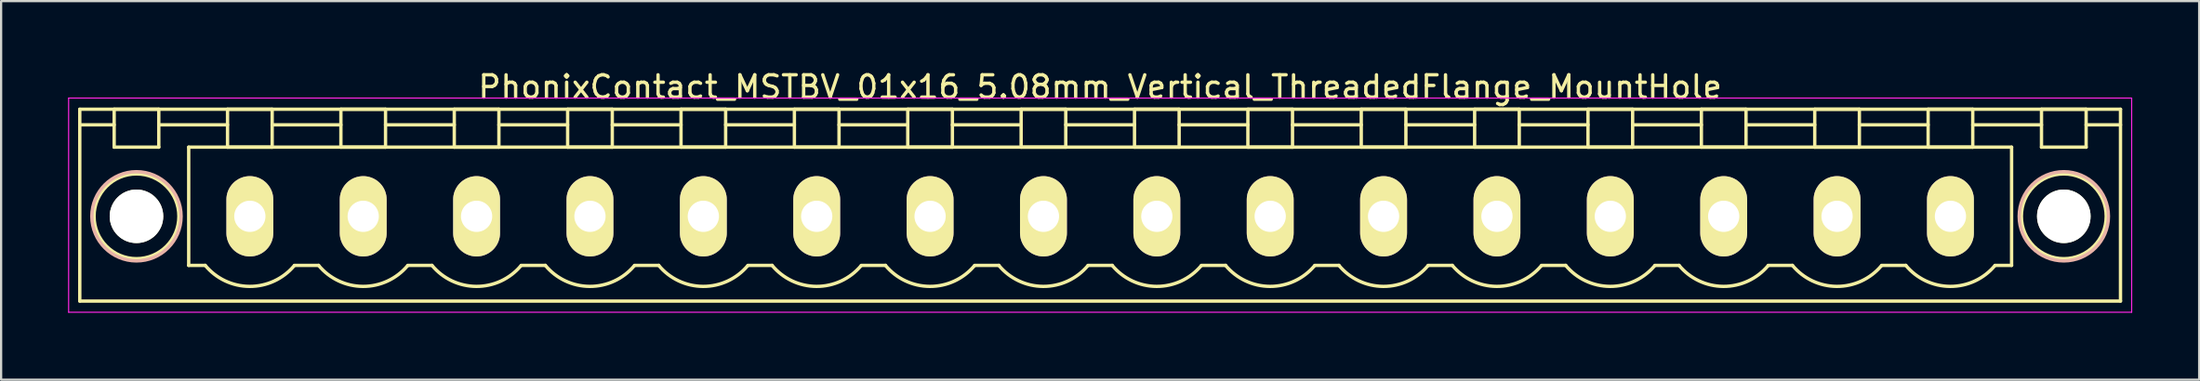
<source format=kicad_pcb>
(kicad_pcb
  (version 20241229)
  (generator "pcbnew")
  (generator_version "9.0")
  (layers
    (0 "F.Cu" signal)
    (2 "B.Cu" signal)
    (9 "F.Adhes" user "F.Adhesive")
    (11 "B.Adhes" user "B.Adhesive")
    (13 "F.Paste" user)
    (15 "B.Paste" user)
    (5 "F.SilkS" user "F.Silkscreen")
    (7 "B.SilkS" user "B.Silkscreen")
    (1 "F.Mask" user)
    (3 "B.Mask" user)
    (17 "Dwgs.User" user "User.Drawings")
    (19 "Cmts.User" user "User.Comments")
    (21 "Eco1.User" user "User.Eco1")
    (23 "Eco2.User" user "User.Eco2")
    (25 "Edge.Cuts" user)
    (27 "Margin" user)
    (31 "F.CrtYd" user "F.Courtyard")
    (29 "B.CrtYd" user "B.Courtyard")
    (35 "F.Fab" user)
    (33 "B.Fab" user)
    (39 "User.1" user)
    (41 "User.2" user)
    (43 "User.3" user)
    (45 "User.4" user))
  (footprint "PhonixContact_MSTBV_01x16_5.08mm_Vertical_ThreadedFlange_MountHole"
    (layer "F.Cu")
    (at 8.145 6.648)
    (property "Reference" "PhonixContact_MSTBV_01x16_5.08mm_Vertical_ThreadedFlange_MountHole" (at 38.1 -5.8 0) (layer "F.SilkS") (effects (font (size 1 1) (thickness 0.15))))
    (attr through_hole)
    (fp_line (start -7.62 -4.8) (end -7.62 3.8) (stroke (width 0.15) (type solid)) (layer "F.SilkS"))
    (fp_line (start -7.62 -4.1) (end -6.08 -4.1) (stroke (width 0.15) (type solid)) (layer "F.SilkS"))
    (fp_line (start -7.62 3.8) (end 83.82 3.8) (stroke (width 0.15) (type solid)) (layer "F.SilkS"))
    (fp_line (start -6.08 -4.8) (end -4.08 -4.8) (stroke (width 0.15) (type solid)) (layer "F.SilkS"))
    (fp_line (start -6.08 -3.1) (end -6.08 -4.8) (stroke (width 0.15) (type solid)) (layer "F.SilkS"))
    (fp_line (start -4.08 -4.8) (end -4.08 -3.1) (stroke (width 0.15) (type solid)) (layer "F.SilkS"))
    (fp_line (start -4.08 -4.1) (end -1 -4.1) (stroke (width 0.15) (type solid)) (layer "F.SilkS"))
    (fp_line (start -4.08 -3.1) (end -6.08 -3.1) (stroke (width 0.15) (type solid)) (layer "F.SilkS"))
    (fp_line (start -2.74 -3.1) (end 78.94 -3.1) (stroke (width 0.15) (type solid)) (layer "F.SilkS"))
    (fp_line (start -2.74 2.2) (end -2.74 -3.1) (stroke (width 0.15) (type solid)) (layer "F.SilkS"))
    (fp_line (start -2 2.2) (end -2.74 2.2) (stroke (width 0.15) (type solid)) (layer "F.SilkS"))
    (fp_line (start -1 -4.8) (end 1 -4.8) (stroke (width 0.15) (type solid)) (layer "F.SilkS"))
    (fp_line (start -1 -3.1) (end -1 -4.8) (stroke (width 0.15) (type solid)) (layer "F.SilkS"))
    (fp_line (start 1 -4.8) (end 1 -3.1) (stroke (width 0.15) (type solid)) (layer "F.SilkS"))
    (fp_line (start 1 -4.1) (end 4.08 -4.1) (stroke (width 0.15) (type solid)) (layer "F.SilkS"))
    (fp_line (start 1 -3.1) (end -1 -3.1) (stroke (width 0.15) (type solid)) (layer "F.SilkS"))
    (fp_line (start 2 2.2) (end 3.08 2.2) (stroke (width 0.15) (type solid)) (layer "F.SilkS"))
    (fp_line (start 4.08 -4.8) (end 6.08 -4.8) (stroke (width 0.15) (type solid)) (layer "F.SilkS"))
    (fp_line (start 4.08 -3.1) (end 4.08 -4.8) (stroke (width 0.15) (type solid)) (layer "F.SilkS"))
    (fp_line (start 6.08 -4.8) (end 6.08 -3.1) (stroke (width 0.15) (type solid)) (layer "F.SilkS"))
    (fp_line (start 6.08 -4.1) (end 9.16 -4.1) (stroke (width 0.15) (type solid)) (layer "F.SilkS"))
    (fp_line (start 6.08 -3.1) (end 4.08 -3.1) (stroke (width 0.15) (type solid)) (layer "F.SilkS"))
    (fp_line (start 7.08 2.2) (end 8.16 2.2) (stroke (width 0.15) (type solid)) (layer "F.SilkS"))
    (fp_line (start 9.16 -4.8) (end 11.16 -4.8) (stroke (width 0.15) (type solid)) (layer "F.SilkS"))
    (fp_line (start 9.16 -3.1) (end 9.16 -4.8) (stroke (width 0.15) (type solid)) (layer "F.SilkS"))
    (fp_line (start 11.16 -4.8) (end 11.16 -3.1) (stroke (width 0.15) (type solid)) (layer "F.SilkS"))
    (fp_line (start 11.16 -4.1) (end 14.24 -4.1) (stroke (width 0.15) (type solid)) (layer "F.SilkS"))
    (fp_line (start 11.16 -3.1) (end 9.16 -3.1) (stroke (width 0.15) (type solid)) (layer "F.SilkS"))
    (fp_line (start 12.16 2.2) (end 13.24 2.2) (stroke (width 0.15) (type solid)) (layer "F.SilkS"))
    (fp_line (start 14.24 -4.8) (end 16.24 -4.8) (stroke (width 0.15) (type solid)) (layer "F.SilkS"))
    (fp_line (start 14.24 -3.1) (end 14.24 -4.8) (stroke (width 0.15) (type solid)) (layer "F.SilkS"))
    (fp_line (start 16.24 -4.8) (end 16.24 -3.1) (stroke (width 0.15) (type solid)) (layer "F.SilkS"))
    (fp_line (start 16.24 -4.1) (end 19.32 -4.1) (stroke (width 0.15) (type solid)) (layer "F.SilkS"))
    (fp_line (start 16.24 -3.1) (end 14.24 -3.1) (stroke (width 0.15) (type solid)) (layer "F.SilkS"))
    (fp_line (start 17.24 2.2) (end 18.32 2.2) (stroke (width 0.15) (type solid)) (layer "F.SilkS"))
    (fp_line (start 19.32 -4.8) (end 21.32 -4.8) (stroke (width 0.15) (type solid)) (layer "F.SilkS"))
    (fp_line (start 19.32 -3.1) (end 19.32 -4.8) (stroke (width 0.15) (type solid)) (layer "F.SilkS"))
    (fp_line (start 21.32 -4.8) (end 21.32 -3.1) (stroke (width 0.15) (type solid)) (layer "F.SilkS"))
    (fp_line (start 21.32 -4.1) (end 24.4 -4.1) (stroke (width 0.15) (type solid)) (layer "F.SilkS"))
    (fp_line (start 21.32 -3.1) (end 19.32 -3.1) (stroke (width 0.15) (type solid)) (layer "F.SilkS"))
    (fp_line (start 22.32 2.2) (end 23.4 2.2) (stroke (width 0.15) (type solid)) (layer "F.SilkS"))
    (fp_line (start 24.4 -4.8) (end 26.4 -4.8) (stroke (width 0.15) (type solid)) (layer "F.SilkS"))
    (fp_line (start 24.4 -3.1) (end 24.4 -4.8) (stroke (width 0.15) (type solid)) (layer "F.SilkS"))
    (fp_line (start 26.4 -4.8) (end 26.4 -3.1) (stroke (width 0.15) (type solid)) (layer "F.SilkS"))
    (fp_line (start 26.4 -4.1) (end 29.48 -4.1) (stroke (width 0.15) (type solid)) (layer "F.SilkS"))
    (fp_line (start 26.4 -3.1) (end 24.4 -3.1) (stroke (width 0.15) (type solid)) (layer "F.SilkS"))
    (fp_line (start 27.4 2.2) (end 28.48 2.2) (stroke (width 0.15) (type solid)) (layer "F.SilkS"))
    (fp_line (start 29.48 -4.8) (end 31.48 -4.8) (stroke (width 0.15) (type solid)) (layer "F.SilkS"))
    (fp_line (start 29.48 -3.1) (end 29.48 -4.8) (stroke (width 0.15) (type solid)) (layer "F.SilkS"))
    (fp_line (start 31.48 -4.8) (end 31.48 -3.1) (stroke (width 0.15) (type solid)) (layer "F.SilkS"))
    (fp_line (start 31.48 -4.1) (end 34.56 -4.1) (stroke (width 0.15) (type solid)) (layer "F.SilkS"))
    (fp_line (start 31.48 -3.1) (end 29.48 -3.1) (stroke (width 0.15) (type solid)) (layer "F.SilkS"))
    (fp_line (start 32.48 2.2) (end 33.56 2.2) (stroke (width 0.15) (type solid)) (layer "F.SilkS"))
    (fp_line (start 34.56 -4.8) (end 36.56 -4.8) (stroke (width 0.15) (type solid)) (layer "F.SilkS"))
    (fp_line (start 34.56 -3.1) (end 34.56 -4.8) (stroke (width 0.15) (type solid)) (layer "F.SilkS"))
    (fp_line (start 36.56 -4.8) (end 36.56 -3.1) (stroke (width 0.15) (type solid)) (layer "F.SilkS"))
    (fp_line (start 36.56 -4.1) (end 39.64 -4.1) (stroke (width 0.15) (type solid)) (layer "F.SilkS"))
    (fp_line (start 36.56 -3.1) (end 34.56 -3.1) (stroke (width 0.15) (type solid)) (layer "F.SilkS"))
    (fp_line (start 37.56 2.2) (end 38.64 2.2) (stroke (width 0.15) (type solid)) (layer "F.SilkS"))
    (fp_line (start 39.64 -4.8) (end 41.64 -4.8) (stroke (width 0.15) (type solid)) (layer "F.SilkS"))
    (fp_line (start 39.64 -3.1) (end 39.64 -4.8) (stroke (width 0.15) (type solid)) (layer "F.SilkS"))
    (fp_line (start 41.64 -4.8) (end 41.64 -3.1) (stroke (width 0.15) (type solid)) (layer "F.SilkS"))
    (fp_line (start 41.64 -4.1) (end 44.72 -4.1) (stroke (width 0.15) (type solid)) (layer "F.SilkS"))
    (fp_line (start 41.64 -3.1) (end 39.64 -3.1) (stroke (width 0.15) (type solid)) (layer "F.SilkS"))
    (fp_line (start 42.64 2.2) (end 43.72 2.2) (stroke (width 0.15) (type solid)) (layer "F.SilkS"))
    (fp_line (start 44.72 -4.8) (end 46.72 -4.8) (stroke (width 0.15) (type solid)) (layer "F.SilkS"))
    (fp_line (start 44.72 -3.1) (end 44.72 -4.8) (stroke (width 0.15) (type solid)) (layer "F.SilkS"))
    (fp_line (start 46.72 -4.8) (end 46.72 -3.1) (stroke (width 0.15) (type solid)) (layer "F.SilkS"))
    (fp_line (start 46.72 -4.1) (end 49.8 -4.1) (stroke (width 0.15) (type solid)) (layer "F.SilkS"))
    (fp_line (start 46.72 -3.1) (end 44.72 -3.1) (stroke (width 0.15) (type solid)) (layer "F.SilkS"))
    (fp_line (start 47.72 2.2) (end 48.8 2.2) (stroke (width 0.15) (type solid)) (layer "F.SilkS"))
    (fp_line (start 49.8 -4.8) (end 51.8 -4.8) (stroke (width 0.15) (type solid)) (layer "F.SilkS"))
    (fp_line (start 49.8 -3.1) (end 49.8 -4.8) (stroke (width 0.15) (type solid)) (layer "F.SilkS"))
    (fp_line (start 51.8 -4.8) (end 51.8 -3.1) (stroke (width 0.15) (type solid)) (layer "F.SilkS"))
    (fp_line (start 51.8 -4.1) (end 54.88 -4.1) (stroke (width 0.15) (type solid)) (layer "F.SilkS"))
    (fp_line (start 51.8 -3.1) (end 49.8 -3.1) (stroke (width 0.15) (type solid)) (layer "F.SilkS"))
    (fp_line (start 52.8 2.2) (end 53.88 2.2) (stroke (width 0.15) (type solid)) (layer "F.SilkS"))
    (fp_line (start 54.88 -4.8) (end 56.88 -4.8) (stroke (width 0.15) (type solid)) (layer "F.SilkS"))
    (fp_line (start 54.88 -3.1) (end 54.88 -4.8) (stroke (width 0.15) (type solid)) (layer "F.SilkS"))
    (fp_line (start 56.88 -4.8) (end 56.88 -3.1) (stroke (width 0.15) (type solid)) (layer "F.SilkS"))
    (fp_line (start 56.88 -4.1) (end 59.96 -4.1) (stroke (width 0.15) (type solid)) (layer "F.SilkS"))
    (fp_line (start 56.88 -3.1) (end 54.88 -3.1) (stroke (width 0.15) (type solid)) (layer "F.SilkS"))
    (fp_line (start 57.88 2.2) (end 58.96 2.2) (stroke (width 0.15) (type solid)) (layer "F.SilkS"))
    (fp_line (start 59.96 -4.8) (end 61.96 -4.8) (stroke (width 0.15) (type solid)) (layer "F.SilkS"))
    (fp_line (start 59.96 -3.1) (end 59.96 -4.8) (stroke (width 0.15) (type solid)) (layer "F.SilkS"))
    (fp_line (start 61.96 -4.8) (end 61.96 -3.1) (stroke (width 0.15) (type solid)) (layer "F.SilkS"))
    (fp_line (start 61.96 -4.1) (end 65.04 -4.1) (stroke (width 0.15) (type solid)) (layer "F.SilkS"))
    (fp_line (start 61.96 -3.1) (end 59.96 -3.1) (stroke (width 0.15) (type solid)) (layer "F.SilkS"))
    (fp_line (start 62.96 2.2) (end 64.04 2.2) (stroke (width 0.15) (type solid)) (layer "F.SilkS"))
    (fp_line (start 65.04 -4.8) (end 67.04 -4.8) (stroke (width 0.15) (type solid)) (layer "F.SilkS"))
    (fp_line (start 65.04 -3.1) (end 65.04 -4.8) (stroke (width 0.15) (type solid)) (layer "F.SilkS"))
    (fp_line (start 67.04 -4.8) (end 67.04 -3.1) (stroke (width 0.15) (type solid)) (layer "F.SilkS"))
    (fp_line (start 67.04 -4.1) (end 70.12 -4.1) (stroke (width 0.15) (type solid)) (layer "F.SilkS"))
    (fp_line (start 67.04 -3.1) (end 65.04 -3.1) (stroke (width 0.15) (type solid)) (layer "F.SilkS"))
    (fp_line (start 68.04 2.2) (end 69.12 2.2) (stroke (width 0.15) (type solid)) (layer "F.SilkS"))
    (fp_line (start 70.12 -4.8) (end 72.12 -4.8) (stroke (width 0.15) (type solid)) (layer "F.SilkS"))
    (fp_line (start 70.12 -3.1) (end 70.12 -4.8) (stroke (width 0.15) (type solid)) (layer "F.SilkS"))
    (fp_line (start 72.12 -4.8) (end 72.12 -3.1) (stroke (width 0.15) (type solid)) (layer "F.SilkS"))
    (fp_line (start 72.12 -4.1) (end 75.2 -4.1) (stroke (width 0.15) (type solid)) (layer "F.SilkS"))
    (fp_line (start 72.12 -3.1) (end 70.12 -3.1) (stroke (width 0.15) (type solid)) (layer "F.SilkS"))
    (fp_line (start 73.12 2.2) (end 74.2 2.2) (stroke (width 0.15) (type solid)) (layer "F.SilkS"))
    (fp_line (start 75.2 -4.8) (end 77.2 -4.8) (stroke (width 0.15) (type solid)) (layer "F.SilkS"))
    (fp_line (start 75.2 -3.1) (end 75.2 -4.8) (stroke (width 0.15) (type solid)) (layer "F.SilkS"))
    (fp_line (start 77.2 -4.8) (end 77.2 -3.1) (stroke (width 0.15) (type solid)) (layer "F.SilkS"))
    (fp_line (start 77.2 -4.1) (end 80.28 -4.1) (stroke (width 0.15) (type solid)) (layer "F.SilkS"))
    (fp_line (start 77.2 -3.1) (end 75.2 -3.1) (stroke (width 0.15) (type solid)) (layer "F.SilkS"))
    (fp_line (start 78.94 -3.1) (end 78.94 2.2) (stroke (width 0.15) (type solid)) (layer "F.SilkS"))
    (fp_line (start 78.94 2.2) (end 78.2 2.2) (stroke (width 0.15) (type solid)) (layer "F.SilkS"))
    (fp_line (start 80.28 -4.8) (end 82.28 -4.8) (stroke (width 0.15) (type solid)) (layer "F.SilkS"))
    (fp_line (start 80.28 -3.1) (end 80.28 -4.8) (stroke (width 0.15) (type solid)) (layer "F.SilkS"))
    (fp_line (start 82.28 -4.8) (end 82.28 -3.1) (stroke (width 0.15) (type solid)) (layer "F.SilkS"))
    (fp_line (start 82.28 -3.1) (end 80.28 -3.1) (stroke (width 0.15) (type solid)) (layer "F.SilkS"))
    (fp_line (start 83.82 -4.8) (end -7.62 -4.8) (stroke (width 0.15) (type solid)) (layer "F.SilkS"))
    (fp_line (start 83.82 -4.1) (end 82.28 -4.1) (stroke (width 0.15) (type solid)) (layer "F.SilkS"))
    (fp_line (start 83.82 3.8) (end 83.82 -4.8) (stroke (width 0.15) (type solid)) (layer "F.SilkS"))
    (fp_arc (start 1.986842 2.215821) (mid -0.010289 3.142758) (end -2 2.2) (stroke (width 0.15) (type solid)) (layer "F.SilkS"))
    (fp_arc (start 7.066842 2.215821) (mid 5.069711 3.142758) (end 3.08 2.2) (stroke (width 0.15) (type solid)) (layer "F.SilkS"))
    (fp_arc (start 12.146842 2.215821) (mid 10.149711 3.142758) (end 8.16 2.2) (stroke (width 0.15) (type solid)) (layer "F.SilkS"))
    (fp_arc (start 17.226842 2.215821) (mid 15.229711 3.142758) (end 13.24 2.2) (stroke (width 0.15) (type solid)) (layer "F.SilkS"))
    (fp_arc (start 22.306842 2.215821) (mid 20.309711 3.142758) (end 18.32 2.2) (stroke (width 0.15) (type solid)) (layer "F.SilkS"))
    (fp_arc (start 27.386842 2.215821) (mid 25.389711 3.142758) (end 23.4 2.2) (stroke (width 0.15) (type solid)) (layer "F.SilkS"))
    (fp_arc (start 32.466842 2.215821) (mid 30.469711 3.142758) (end 28.48 2.2) (stroke (width 0.15) (type solid)) (layer "F.SilkS"))
    (fp_arc (start 37.546842 2.215821) (mid 35.549711 3.142758) (end 33.56 2.2) (stroke (width 0.15) (type solid)) (layer "F.SilkS"))
    (fp_arc (start 42.626842 2.215821) (mid 40.629711 3.142758) (end 38.64 2.2) (stroke (width 0.15) (type solid)) (layer "F.SilkS"))
    (fp_arc (start 47.706842 2.215821) (mid 45.709711 3.142758) (end 43.72 2.2) (stroke (width 0.15) (type solid)) (layer "F.SilkS"))
    (fp_arc (start 52.786842 2.215821) (mid 50.789711 3.142758) (end 48.8 2.2) (stroke (width 0.15) (type solid)) (layer "F.SilkS"))
    (fp_arc (start 57.866842 2.215821) (mid 55.869711 3.142758) (end 53.88 2.2) (stroke (width 0.15) (type solid)) (layer "F.SilkS"))
    (fp_arc (start 62.946842 2.215821) (mid 60.949711 3.142758) (end 58.96 2.2) (stroke (width 0.15) (type solid)) (layer "F.SilkS"))
    (fp_arc (start 68.026842 2.215821) (mid 66.029711 3.142758) (end 64.04 2.2) (stroke (width 0.15) (type solid)) (layer "F.SilkS"))
    (fp_arc (start 73.106842 2.215821) (mid 71.109711 3.142758) (end 69.12 2.2) (stroke (width 0.15) (type solid)) (layer "F.SilkS"))
    (fp_arc (start 78.186842 2.215821) (mid 76.189711 3.142758) (end 74.2 2.2) (stroke (width 0.15) (type solid)) (layer "F.SilkS"))
    (fp_circle (center -5.08 0) (end -4.08 0) (stroke (width 0.15) (type solid)) (fill no) (layer "F.SilkS"))
    (fp_circle (center -5.08 0) (end -3.18 0) (stroke (width 0.15) (type solid)) (fill no) (layer "F.SilkS"))
    (fp_circle (center 81.28 0) (end 82.28 0) (stroke (width 0.15) (type solid)) (fill no) (layer "F.SilkS"))
    (fp_circle (center 81.28 0) (end 83.18 0) (stroke (width 0.15) (type solid)) (fill no) (layer "F.SilkS"))
    (fp_circle (center -5.08 0) (end -3.08 0) (stroke (width 0.15) (type solid)) (fill no) (layer "B.SilkS"))
    (fp_circle (center 81.28 0) (end 83.28 0) (stroke (width 0.15) (type solid)) (fill no) (layer "B.SilkS"))
    (fp_line (start -8.12 -5.3) (end -8.12 4.3) (stroke (width 0.05) (type solid)) (layer "F.CrtYd"))
    (fp_line (start -8.12 4.3) (end 84.32 4.3) (stroke (width 0.05) (type solid)) (layer "F.CrtYd"))
    (fp_line (start 84.32 -5.3) (end -8.12 -5.3) (stroke (width 0.05) (type solid)) (layer "F.CrtYd"))
    (fp_line (start 84.32 4.3) (end 84.32 -5.3) (stroke (width 0.05) (type solid)) (layer "F.CrtYd"))
    (pad "" np_thru_hole circle (at -5.08 0) (size 2.4 2.4) (drill 2.4) (layers "*.Cu" "*.Mask" "F.SilkS"))
    (pad "" np_thru_hole circle (at 81.28 0) (size 2.4 2.4) (drill 2.4) (layers "*.Cu" "*.Mask" "F.SilkS"))
    (pad "1" thru_hole oval (at 0 0) (size 2.1 3.6) (drill 1.4) (layers "*.Cu" "*.Mask" "F.SilkS"))
    (pad "2" thru_hole oval (at 5.08 0) (size 2.1 3.6) (drill 1.4) (layers "*.Cu" "*.Mask" "F.SilkS"))
    (pad "3" thru_hole oval (at 10.16 0) (size 2.1 3.6) (drill 1.4) (layers "*.Cu" "*.Mask" "F.SilkS"))
    (pad "4" thru_hole oval (at 15.24 0) (size 2.1 3.6) (drill 1.4) (layers "*.Cu" "*.Mask" "F.SilkS"))
    (pad "5" thru_hole oval (at 20.32 0) (size 2.1 3.6) (drill 1.4) (layers "*.Cu" "*.Mask" "F.SilkS"))
    (pad "6" thru_hole oval (at 25.4 0) (size 2.1 3.6) (drill 1.4) (layers "*.Cu" "*.Mask" "F.SilkS"))
    (pad "7" thru_hole oval (at 30.48 0) (size 2.1 3.6) (drill 1.4) (layers "*.Cu" "*.Mask" "F.SilkS"))
    (pad "8" thru_hole oval (at 35.56 0) (size 2.1 3.6) (drill 1.4) (layers "*.Cu" "*.Mask" "F.SilkS"))
    (pad "9" thru_hole oval (at 40.64 0) (size 2.1 3.6) (drill 1.4) (layers "*.Cu" "*.Mask" "F.SilkS"))
    (pad "10" thru_hole oval (at 45.72 0) (size 2.1 3.6) (drill 1.4) (layers "*.Cu" "*.Mask" "F.SilkS"))
    (pad "11" thru_hole oval (at 50.8 0) (size 2.1 3.6) (drill 1.4) (layers "*.Cu" "*.Mask" "F.SilkS"))
    (pad "12" thru_hole oval (at 55.88 0) (size 2.1 3.6) (drill 1.4) (layers "*.Cu" "*.Mask" "F.SilkS"))
    (pad "13" thru_hole oval (at 60.96 0) (size 2.1 3.6) (drill 1.4) (layers "*.Cu" "*.Mask" "F.SilkS"))
    (pad "14" thru_hole oval (at 66.04 0) (size 2.1 3.6) (drill 1.4) (layers "*.Cu" "*.Mask" "F.SilkS"))
    (pad "15" thru_hole oval (at 71.12 0) (size 2.1 3.6) (drill 1.4) (layers "*.Cu" "*.Mask" "F.SilkS"))
    (pad "16" thru_hole oval (at 76.2 0) (size 2.1 3.6) (drill 1.4) (layers "*.Cu" "*.Mask" "F.SilkS")))
  (gr_rect
    (start -3 -3)
    (end 95.49 13.973)
    (stroke (width 0.1) (type default))
    (fill no)
    (layer "Edge.Cuts")))
</source>
